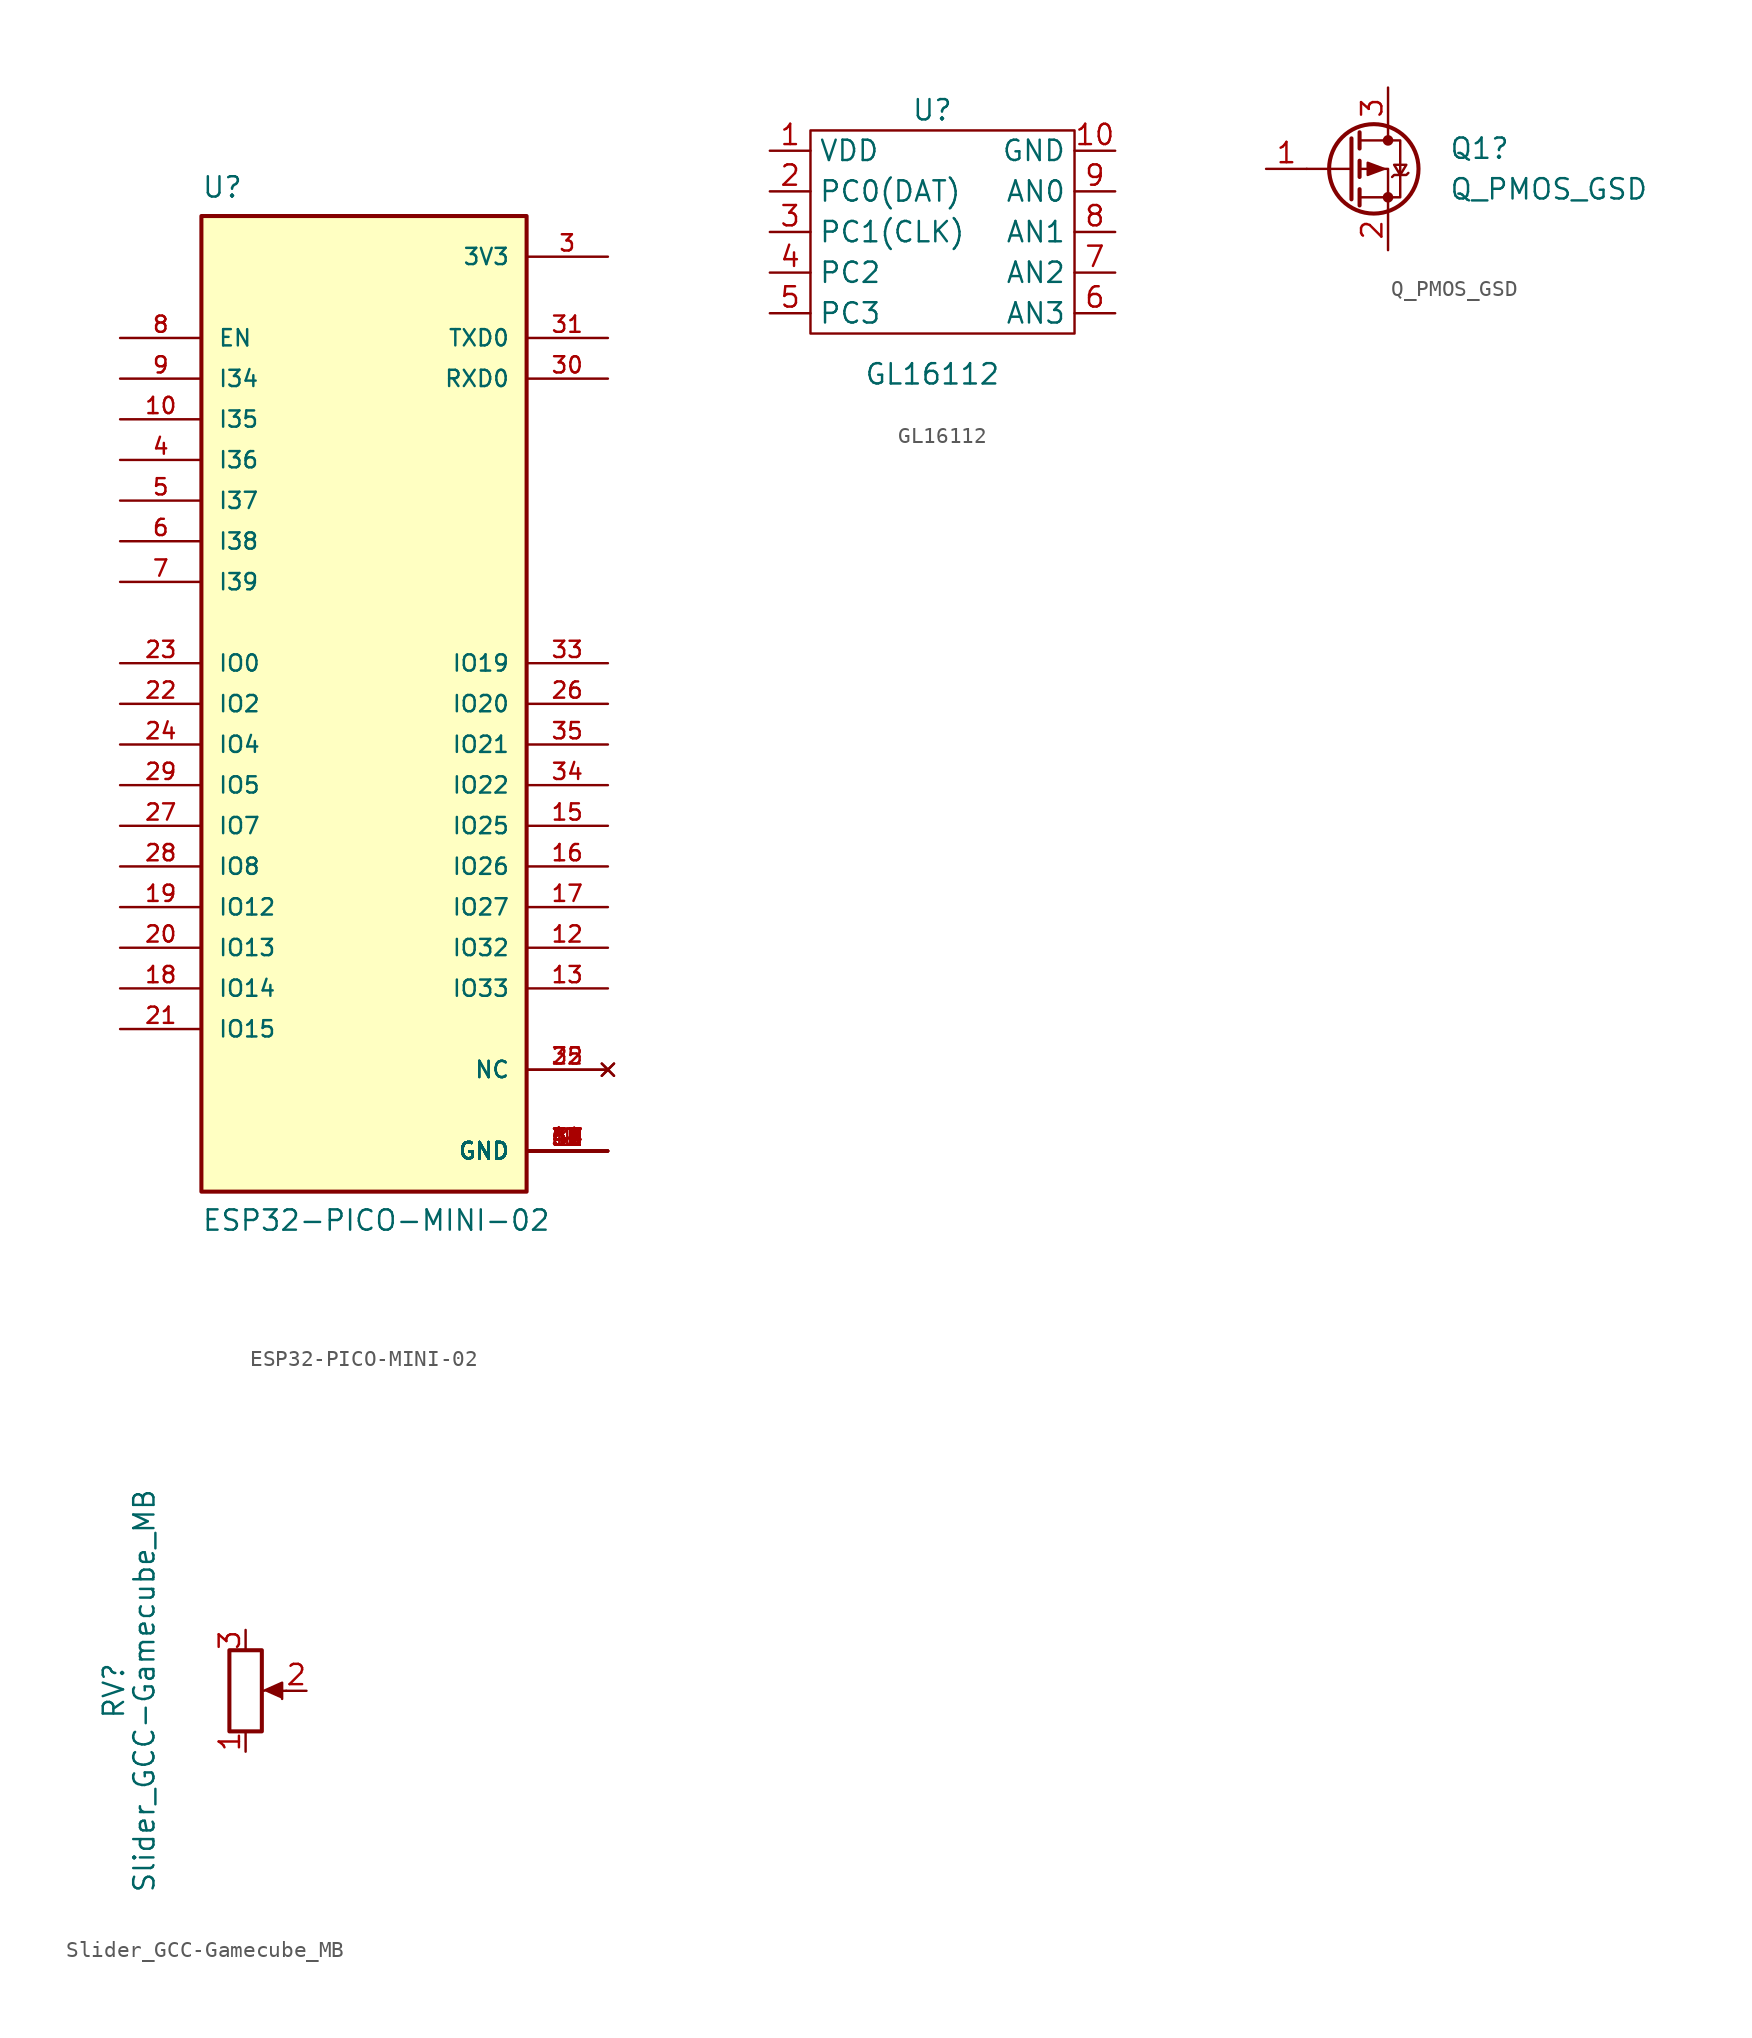
<source format=kicad_sym>
(kicad_symbol_lib
  (version 20241209)
  (generator "kicad_symbol_editor")
  (generator_version "9.0")
  (symbol "ESP32-PICO-MINI-02"
    (pin_names
      (offset 1.016))
    (property "Reference" "U"
      (at -10.16 33.02 0)
      (effects (font (size 1.27 1.27)) (justify left top)))
    (property "Value" "ESP32-PICO-MINI-02"
      (at -10.16 -33.02 0)
      (effects (font (size 1.27 1.27)) (justify left bottom)))
    (symbol "ESP32-PICO-MINI-02_0_0"
      (rectangle (start -10.16 -30.48) (end 10.16 30.48) (stroke (width 0.254) (type default)) (fill (type background)))
      (pin input line (at -15.24 22.86 0) (length 5.08) (name "EN" (effects (font (size 1.016 1.016)))) (number "8" (effects (font (size 1.016 1.016)))))
      (pin input line (at -15.24 20.32 0) (length 5.08) (name "I34" (effects (font (size 1.016 1.016)))) (number "9" (effects (font (size 1.016 1.016)))))
      (pin input line (at -15.24 17.78 0) (length 5.08) (name "I35" (effects (font (size 1.016 1.016)))) (number "10" (effects (font (size 1.016 1.016)))))
      (pin input line (at -15.24 15.24 0) (length 5.08) (name "I36" (effects (font (size 1.016 1.016)))) (number "4" (effects (font (size 1.016 1.016)))))
      (pin input line (at -15.24 12.7 0) (length 5.08) (name "I37" (effects (font (size 1.016 1.016)))) (number "5" (effects (font (size 1.016 1.016)))))
      (pin input line (at -15.24 10.16 0) (length 5.08) (name "I38" (effects (font (size 1.016 1.016)))) (number "6" (effects (font (size 1.016 1.016)))))
      (pin input line (at -15.24 7.62 0) (length 5.08) (name "I39" (effects (font (size 1.016 1.016)))) (number "7" (effects (font (size 1.016 1.016)))))
      (pin bidirectional line (at -15.24 2.54 0) (length 5.08) (name "IO0" (effects (font (size 1.016 1.016)))) (number "23" (effects (font (size 1.016 1.016)))))
      (pin bidirectional line (at -15.24 0 0) (length 5.08) (name "IO2" (effects (font (size 1.016 1.016)))) (number "22" (effects (font (size 1.016 1.016)))))
      (pin bidirectional line (at -15.24 -2.54 0) (length 5.08) (name "IO4" (effects (font (size 1.016 1.016)))) (number "24" (effects (font (size 1.016 1.016)))))
      (pin bidirectional line (at -15.24 -5.08 0) (length 5.08) (name "IO5" (effects (font (size 1.016 1.016)))) (number "29" (effects (font (size 1.016 1.016)))))
      (pin bidirectional line (at -15.24 -7.62 0) (length 5.08) (name "IO7" (effects (font (size 1.016 1.016)))) (number "27" (effects (font (size 1.016 1.016)))))
      (pin bidirectional line (at -15.24 -10.16 0) (length 5.08) (name "IO8" (effects (font (size 1.016 1.016)))) (number "28" (effects (font (size 1.016 1.016)))))
      (pin bidirectional line (at -15.24 -12.7 0) (length 5.08) (name "IO12" (effects (font (size 1.016 1.016)))) (number "19" (effects (font (size 1.016 1.016)))))
      (pin bidirectional line (at -15.24 -15.24 0) (length 5.08) (name "IO13" (effects (font (size 1.016 1.016)))) (number "20" (effects (font (size 1.016 1.016)))))
      (pin bidirectional line (at -15.24 -17.78 0) (length 5.08) (name "IO14" (effects (font (size 1.016 1.016)))) (number "18" (effects (font (size 1.016 1.016)))))
      (pin bidirectional line (at -15.24 -20.32 0) (length 5.08) (name "IO15" (effects (font (size 1.016 1.016)))) (number "21" (effects (font (size 1.016 1.016)))))
      (pin power_in line (at 15.24 27.94 180) (length 5.08) (name "3V3" (effects (font (size 1.016 1.016)))) (number "3" (effects (font (size 1.016 1.016)))))
      (pin bidirectional line (at 15.24 22.86 180) (length 5.08) (name "TXD0" (effects (font (size 1.016 1.016)))) (number "31" (effects (font (size 1.016 1.016)))))
      (pin bidirectional line (at 15.24 20.32 180) (length 5.08) (name "RXD0" (effects (font (size 1.016 1.016)))) (number "30" (effects (font (size 1.016 1.016)))))
      (pin bidirectional line (at 15.24 2.54 180) (length 5.08) (name "IO19" (effects (font (size 1.016 1.016)))) (number "33" (effects (font (size 1.016 1.016)))))
      (pin bidirectional line (at 15.24 0 180) (length 5.08) (name "IO20" (effects (font (size 1.016 1.016)))) (number "26" (effects (font (size 1.016 1.016)))))
      (pin bidirectional line (at 15.24 -2.54 180) (length 5.08) (name "IO21" (effects (font (size 1.016 1.016)))) (number "35" (effects (font (size 1.016 1.016)))))
      (pin bidirectional line (at 15.24 -5.08 180) (length 5.08) (name "IO22" (effects (font (size 1.016 1.016)))) (number "34" (effects (font (size 1.016 1.016)))))
      (pin bidirectional line (at 15.24 -7.62 180) (length 5.08) (name "IO25" (effects (font (size 1.016 1.016)))) (number "15" (effects (font (size 1.016 1.016)))))
      (pin bidirectional line (at 15.24 -10.16 180) (length 5.08) (name "IO26" (effects (font (size 1.016 1.016)))) (number "16" (effects (font (size 1.016 1.016)))))
      (pin bidirectional line (at 15.24 -12.7 180) (length 5.08) (name "IO27" (effects (font (size 1.016 1.016)))) (number "17" (effects (font (size 1.016 1.016)))))
      (pin bidirectional line (at 15.24 -15.24 180) (length 5.08) (name "IO32" (effects (font (size 1.016 1.016)))) (number "12" (effects (font (size 1.016 1.016)))))
      (pin bidirectional line (at 15.24 -17.78 180) (length 5.08) (name "IO33" (effects (font (size 1.016 1.016)))) (number "13" (effects (font (size 1.016 1.016)))))
      (pin no_connect line (at 15.24 -22.86 180) (length 5.08) (name "NC" (effects (font (size 1.016 1.016)))) (number "25" (effects (font (size 1.016 1.016)))))
      (pin no_connect line (at 15.24 -22.86 180) (length 5.08) (name "NC" (effects (font (size 1.016 1.016)))) (number "32" (effects (font (size 1.016 1.016)))))
      (pin power_in line (at 15.24 -27.94 180) (length 5.08) (name "GND" (effects (font (size 1.016 1.016)))) (number "1" (effects (font (size 1.016 1.016)))))
      (pin power_in line (at 15.24 -27.94 180) (length 5.08) (name "GND" (effects (font (size 1.016 1.016)))) (number "11" (effects (font (size 1.016 1.016)))))
      (pin power_in line (at 15.24 -27.94 180) (length 5.08) (name "GND" (effects (font (size 1.016 1.016)))) (number "14" (effects (font (size 1.016 1.016)))))
      (pin power_in line (at 15.24 -27.94 180) (length 5.08) (name "GND" (effects (font (size 1.016 1.016)))) (number "2" (effects (font (size 1.016 1.016)))))
      (pin power_in line (at 15.24 -27.94 180) (length 5.08) (name "GND" (effects (font (size 1.016 1.016)))) (number "36" (effects (font (size 1.016 1.016)))))
      (pin power_in line (at 15.24 -27.94 180) (length 5.08) (name "GND" (effects (font (size 1.016 1.016)))) (number "37" (effects (font (size 1.016 1.016)))))
      (pin power_in line (at 15.24 -27.94 180) (length 5.08) (name "GND" (effects (font (size 1.016 1.016)))) (number "38" (effects (font (size 1.016 1.016)))))
      (pin power_in line (at 15.24 -27.94 180) (length 5.08) (name "GND" (effects (font (size 1.016 1.016)))) (number "39" (effects (font (size 1.016 1.016)))))
      (pin power_in line (at 15.24 -27.94 180) (length 5.08) (name "GND" (effects (font (size 1.016 1.016)))) (number "40" (effects (font (size 1.016 1.016)))))
      (pin power_in line (at 15.24 -27.94 180) (length 5.08) (name "GND" (effects (font (size 1.016 1.016)))) (number "41" (effects (font (size 1.016 1.016)))))
      (pin power_in line (at 15.24 -27.94 180) (length 5.08) (name "GND" (effects (font (size 1.016 1.016)))) (number "42" (effects (font (size 1.016 1.016)))))
      (pin power_in line (at 15.24 -27.94 180) (length 5.08) (name "GND" (effects (font (size 1.016 1.016)))) (number "43" (effects (font (size 1.016 1.016)))))
      (pin power_in line (at 15.24 -27.94 180) (length 5.08) (name "GND" (effects (font (size 1.016 1.016)))) (number "44" (effects (font (size 1.016 1.016)))))
      (pin power_in line (at 15.24 -27.94 180) (length 5.08) (name "GND" (effects (font (size 1.016 1.016)))) (number "45" (effects (font (size 1.016 1.016)))))
      (pin power_in line (at 15.24 -27.94 180) (length 5.08) (name "GND" (effects (font (size 1.016 1.016)))) (number "46" (effects (font (size 1.016 1.016)))))
      (pin power_in line (at 15.24 -27.94 180) (length 5.08) (name "GND" (effects (font (size 1.016 1.016)))) (number "47" (effects (font (size 1.016 1.016)))))
      (pin power_in line (at 15.24 -27.94 180) (length 5.08) (name "GND" (effects (font (size 1.016 1.016)))) (number "48" (effects (font (size 1.016 1.016)))))
      (pin power_in line (at 15.24 -27.94 180) (length 5.08) (name "GND" (effects (font (size 1.016 1.016)))) (number "49" (effects (font (size 1.016 1.016)))))
      (pin power_in line (at 15.24 -27.94 180) (length 5.08) (name "GND" (effects (font (size 1.016 1.016)))) (number "50" (effects (font (size 1.016 1.016)))))
      (pin power_in line (at 15.24 -27.94 180) (length 5.08) (name "GND" (effects (font (size 1.016 1.016)))) (number "51" (effects (font (size 1.016 1.016)))))
      (pin power_in line (at 15.24 -27.94 180) (length 5.08) (name "GND" (effects (font (size 1.016 1.016)))) (number "52" (effects (font (size 1.016 1.016)))))
      (pin power_in line (at 15.24 -27.94 180) (length 5.08) (name "GND" (effects (font (size 1.016 1.016)))) (number "53" (effects (font (size 1.016 1.016)))))
      (pin power_in line (at 15.24 -27.94 180) (length 5.08) (name "GND" (effects (font (size 1.016 1.016)))) (number "54" (effects (font (size 1.016 1.016)))))
      (pin power_in line (at 15.24 -27.94 180) (length 5.08) (name "GND" (effects (font (size 1.016 1.016)))) (number "55" (effects (font (size 1.016 1.016)))))
      (pin power_in line (at 15.24 -27.94 180) (length 5.08) (name "GND" (effects (font (size 1.016 1.016)))) (number "56" (effects (font (size 1.016 1.016)))))
      (pin power_in line (at 15.24 -27.94 180) (length 5.08) (name "GND" (effects (font (size 1.016 1.016)))) (number "57" (effects (font (size 1.016 1.016)))))
      (pin power_in line (at 15.24 -27.94 180) (length 5.08) (name "GND" (effects (font (size 1.016 1.016)))) (number "58" (effects (font (size 1.016 1.016)))))
      (pin power_in line (at 15.24 -27.94 180) (length 5.08) (name "GND" (effects (font (size 1.016 1.016)))) (number "59" (effects (font (size 1.016 1.016)))))
      (pin power_in line (at 15.24 -27.94 180) (length 5.08) (name "GND" (effects (font (size 1.016 1.016)))) (number "60" (effects (font (size 1.016 1.016)))))
      (pin power_in line (at 15.24 -27.94 180) (length 5.08) (name "GND" (effects (font (size 1.016 1.016)))) (number "61" (effects (font (size 1.016 1.016)))))))
  (symbol "GL16112"
    (property "Reference" "U"
      (at 0 7.62 0)
      (effects (font (size 1.27 1.27))))
    (property "Value" "GL16112"
      (at 0 -8.89 0)
      (effects (font (size 1.27 1.27))))
    (symbol "GL16112_0_1"
      (rectangle (start -7.62 6.35) (end 8.89 -6.35) (stroke (width 0) (type default)) (fill (type none))))
    (symbol "GL16112_1_1"
      (pin power_in line (at -10.16 5.08 0) (length 2.54) (name "VDD" (effects (font (size 1.27 1.27)))) (number "1" (effects (font (size 1.27 1.27)))))
      (pin input line (at -10.16 2.54 0) (length 2.54) (name "PC0(DAT)" (effects (font (size 1.27 1.27)))) (number "2" (effects (font (size 1.27 1.27)))))
      (pin input line (at -10.16 0 0) (length 2.54) (name "PC1(CLK)" (effects (font (size 1.27 1.27)))) (number "3" (effects (font (size 1.27 1.27)))))
      (pin input line (at -10.16 -2.54 0) (length 2.54) (name "PC2" (effects (font (size 1.27 1.27)))) (number "4" (effects (font (size 1.27 1.27)))))
      (pin input line (at -10.16 -5.08 0) (length 2.54) (name "PC3" (effects (font (size 1.27 1.27)))) (number "5" (effects (font (size 1.27 1.27)))))
      (pin power_in line (at 11.43 5.08 180) (length 2.54) (name "GND" (effects (font (size 1.27 1.27)))) (number "10" (effects (font (size 1.27 1.27)))))
      (pin input line (at 11.43 2.54 180) (length 2.54) (name "AN0" (effects (font (size 1.27 1.27)))) (number "9" (effects (font (size 1.27 1.27)))))
      (pin input line (at 11.43 0 180) (length 2.54) (name "AN1" (effects (font (size 1.27 1.27)))) (number "8" (effects (font (size 1.27 1.27)))))
      (pin input line (at 11.43 -2.54 180) (length 2.54) (name "AN2" (effects (font (size 1.27 1.27)))) (number "7" (effects (font (size 1.27 1.27)))))
      (pin input line (at 11.43 -5.08 180) (length 2.54) (name "AN3" (effects (font (size 1.27 1.27)))) (number "6" (effects (font (size 1.27 1.27)))))))
  (symbol "Q_PMOS_GSD"
    (pin_names
      (offset 0)
      (hide yes))
    (property "Reference" "Q1"
      (at 6.35 1.27 0)
      (effects (font (size 1.27 1.27)) (justify left)))
    (property "Value" "Q_PMOS_GSD"
      (at 6.35 -1.27 0)
      (effects (font (size 1.27 1.27)) (justify left)))
    (symbol "Q_PMOS_GSD_0_1"
      (polyline (pts (xy 0.254 1.905) (xy 0.254 -1.905)) (stroke (width 0.254) (type default)) (fill (type none)))
      (polyline (pts (xy 0.254 0) (xy -2.54 0)) (stroke (width 0) (type default)) (fill (type none)))
      (polyline (pts (xy 0.762 2.286) (xy 0.762 1.27)) (stroke (width 0.254) (type default)) (fill (type none)))
      (polyline (pts (xy 0.762 1.778) (xy 3.302 1.778) (xy 3.302 -1.778) (xy 0.762 -1.778)) (stroke (width 0) (type default)) (fill (type none)))
      (polyline (pts (xy 0.762 0.508) (xy 0.762 -0.508)) (stroke (width 0.254) (type default)) (fill (type none)))
      (polyline (pts (xy 0.762 -1.27) (xy 0.762 -2.286)) (stroke (width 0.254) (type default)) (fill (type none)))
      (circle (center 1.651 0) (radius 2.794) (stroke (width 0.254) (type default)) (fill (type none)))
      (polyline (pts (xy 2.286 0) (xy 1.27 0.381) (xy 1.27 -0.381) (xy 2.286 0)) (stroke (width 0) (type default)) (fill (type outline)))
      (polyline (pts (xy 2.54 2.54) (xy 2.54 1.778)) (stroke (width 0) (type default)) (fill (type none)))
      (circle (center 2.54 1.778) (radius 0.254) (stroke (width 0) (type default)) (fill (type outline)))
      (circle (center 2.54 -1.778) (radius 0.254) (stroke (width 0) (type default)) (fill (type outline)))
      (polyline (pts (xy 2.54 -2.54) (xy 2.54 0) (xy 0.762 0)) (stroke (width 0) (type default)) (fill (type none)))
      (polyline (pts (xy 2.794 -0.508) (xy 2.921 -0.381) (xy 3.683 -0.381) (xy 3.81 -0.254)) (stroke (width 0) (type default)) (fill (type none)))
      (polyline (pts (xy 3.302 -0.381) (xy 2.921 0.254) (xy 3.683 0.254) (xy 3.302 -0.381)) (stroke (width 0) (type default)) (fill (type none))))
    (symbol "Q_PMOS_GSD_1_1"
      (pin input line (at -5.08 0 0) (length 2.54) (name "G" (effects (font (size 1.27 1.27)))) (number "1" (effects (font (size 1.27 1.27)))))
      (pin passive line (at 2.54 5.08 270) (length 2.54) (name "D" (effects (font (size 1.27 1.27)))) (number "3" (effects (font (size 1.27 1.27)))))
      (pin passive line (at 2.54 -5.08 90) (length 2.54) (name "S" (effects (font (size 1.27 1.27)))) (number "2" (effects (font (size 1.27 1.27)))))))
  (symbol "Slider_GCC-Gamecube_MB"
    (pin_names
      (offset 1.016)
      (hide yes))
    (property "Reference" "RV"
      (at -8.255 0 90)
      (effects (font (size 1.27 1.27))))
    (property "Value" "Slider_GCC-Gamecube_MB"
      (at -6.35 0 90)
      (effects (font (size 1.27 1.27))))
    (symbol "Slider_GCC-Gamecube_MB_0_1"
      (rectangle (start -1.016 2.54) (end 1.016 -2.54) (stroke (width 0.254) (type default)) (fill (type none)))
      (polyline (pts (xy 1.143 0) (xy 2.286 0.508) (xy 2.286 -0.508)) (stroke (width 0) (type default)) (fill (type outline)))
      (polyline (pts (xy 2.54 0) (xy 1.524 0)) (stroke (width 0) (type default)) (fill (type none))))
    (symbol "Slider_GCC-Gamecube_MB_1_1"
      (pin passive line (at 0 3.81 270) (length 1.27) (name "V+" (effects (font (size 1.27 1.27)))) (number "3" (effects (font (size 1.27 1.27)))))
      (pin passive line (at 0 -3.81 90) (length 1.27) (name "GND" (effects (font (size 1.27 1.27)))) (number "1" (effects (font (size 1.27 1.27)))))
      (pin passive line (at 3.81 0 180) (length 1.27) (name "Signal" (effects (font (size 1.27 1.27)))) (number "2" (effects (font (size 1.27 1.27))))))))
</source>
